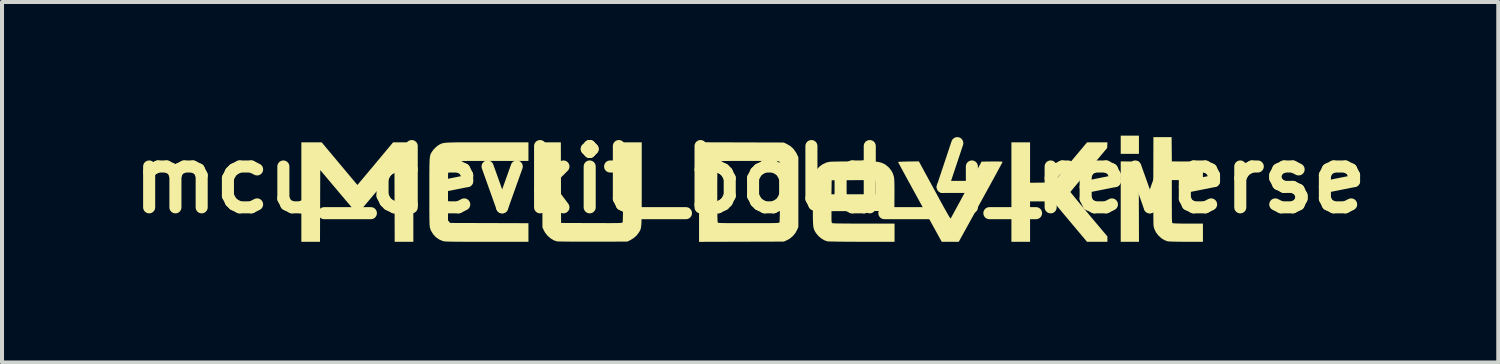
<source format=kicad_pcb>
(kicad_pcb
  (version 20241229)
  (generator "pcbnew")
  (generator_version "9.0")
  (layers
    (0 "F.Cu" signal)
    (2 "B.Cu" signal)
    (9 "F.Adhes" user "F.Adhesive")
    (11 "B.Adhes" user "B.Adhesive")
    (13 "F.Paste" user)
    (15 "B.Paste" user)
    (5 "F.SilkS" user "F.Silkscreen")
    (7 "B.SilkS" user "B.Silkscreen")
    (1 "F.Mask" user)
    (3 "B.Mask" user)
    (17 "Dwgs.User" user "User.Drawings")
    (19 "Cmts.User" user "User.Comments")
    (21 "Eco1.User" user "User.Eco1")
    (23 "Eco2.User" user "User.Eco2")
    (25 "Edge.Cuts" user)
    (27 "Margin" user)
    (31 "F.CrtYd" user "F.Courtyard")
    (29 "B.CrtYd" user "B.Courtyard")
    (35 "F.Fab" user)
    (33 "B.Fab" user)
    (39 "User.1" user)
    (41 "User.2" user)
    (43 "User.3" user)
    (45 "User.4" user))
  (footprint "mcu_devkit_bold_4_reverse"
    (layer "F.Cu")
    (at 15.61 1.418)
    (property "Reference" "mcu_devkit_bold_4_reverse" (at 0 0 0) (layer "F.SilkS") (effects (font (size 1.524 1.524) (thickness 0.3))))
    (attr board_only exclude_from_pos_files exclude_from_bom)
    (fp_poly (pts (xy 9.671 -0.641) (xy 9.218 -0.641) (xy 9.218 -1.094) (xy 9.671 -1.094)) (stroke (width 0) (type solid)) (fill yes) (layer "F.SilkS"))
    (fp_poly (pts (xy 9.442 -0.451) (xy 9.666 -0.448) (xy 9.672 1.547) (xy 9.218 1.547) (xy 9.218 -0.454)) (stroke (width 0) (type solid)) (fill yes) (layer "F.SilkS"))
    (fp_poly (pts (xy 6.963 0.078) (xy 7.253 0.075) (xy 7.543 0.072) (xy 7.962 -0.428) (xy 8.381 -0.928) (xy 8.888 -0.928) (xy 8.884 -0.858) (xy 8.881 -0.787) (xy 8.425 -0.245) (xy 8.346 -0.15) (xy 8.271 -0.061) (xy 8.202 0.022) (xy 8.139 0.098) (xy 8.084 0.164) (xy 8.038 0.219) (xy 8.003 0.262) (xy 7.979 0.291) (xy 7.967 0.306) (xy 7.967 0.307) (xy 7.973 0.317) (xy 7.993 0.342) (xy 8.024 0.381) (xy 8.066 0.433) (xy 8.118 0.496) (xy 8.178 0.569) (xy 8.245 0.65) (xy 8.319 0.738) (xy 8.397 0.831) (xy 8.425 0.865) (xy 8.887 1.414) (xy 8.887 1.547) (xy 8.38 1.547) (xy 7.958 1.045) (xy 7.537 0.542) (xy 6.963 0.542) (xy 6.963 1.547) (xy 6.499 1.547) (xy 6.499 -0.928) (xy 6.963 -0.928)) (stroke (width 0) (type solid)) (fill yes) (layer "F.SilkS"))
    (fp_poly (pts (xy -10.215 -0.398) (xy -9.77 0.133) (xy -9.701 0.052) (xy -9.681 0.028) (xy -9.648 -0.011) (xy -9.604 -0.063) (xy -9.551 -0.127) (xy -9.49 -0.199) (xy -9.423 -0.279) (xy -9.352 -0.364) (xy -9.279 -0.452) (xy -9.257 -0.478) (xy -8.881 -0.928) (xy -8.378 -0.928) (xy -8.378 1.547) (xy -8.842 1.547) (xy -8.848 -0.238) (xy -9.305 0.307) (xy -9.384 0.401) (xy -9.459 0.49) (xy -9.529 0.573) (xy -9.592 0.647) (xy -9.648 0.713) (xy -9.694 0.767) (xy -9.731 0.809) (xy -9.756 0.837) (xy -9.768 0.85) (xy -9.769 0.851) (xy -9.777 0.843) (xy -9.799 0.819) (xy -9.832 0.781) (xy -9.875 0.731) (xy -9.928 0.669) (xy -9.989 0.597) (xy -10.058 0.517) (xy -10.131 0.43) (xy -10.21 0.337) (xy -10.235 0.307) (xy -10.694 -0.237) (xy -10.697 0.655) (xy -10.7 1.547) (xy -11.164 1.547) (xy -11.164 -0.928) (xy -10.659 -0.928)) (stroke (width 0) (type solid)) (fill yes) (layer "F.SilkS"))
    (fp_poly (pts (xy 10.487 -0.755) (xy 10.49 -0.453) (xy 10.874 -0.451) (xy 11.258 -0.448) (xy 11.261 -0.218) (xy 11.264 0.011) (xy 10.489 0.011) (xy 10.489 0.541) (xy 10.489 0.663) (xy 10.49 0.765) (xy 10.49 0.848) (xy 10.49 0.915) (xy 10.491 0.968) (xy 10.493 1.007) (xy 10.494 1.036) (xy 10.497 1.056) (xy 10.5 1.069) (xy 10.503 1.077) (xy 10.508 1.081) (xy 10.511 1.083) (xy 10.528 1.086) (xy 10.567 1.089) (xy 10.625 1.091) (xy 10.702 1.093) (xy 10.797 1.094) (xy 10.898 1.094) (xy 11.263 1.094) (xy 11.263 1.547) (xy 10.846 1.546) (xy 10.75 1.546) (xy 10.66 1.545) (xy 10.578 1.544) (xy 10.507 1.542) (xy 10.45 1.54) (xy 10.409 1.538) (xy 10.388 1.536) (xy 10.387 1.535) (xy 10.304 1.505) (xy 10.226 1.456) (xy 10.157 1.392) (xy 10.099 1.317) (xy 10.057 1.235) (xy 10.036 1.161) (xy 10.034 1.138) (xy 10.032 1.093) (xy 10.031 1.028) (xy 10.03 0.942) (xy 10.029 0.835) (xy 10.028 0.709) (xy 10.028 0.564) (xy 10.027 0.4) (xy 10.027 0.218) (xy 10.028 0.022) (xy 10.031 -1.056) (xy 10.484 -1.056)) (stroke (width 0) (type solid)) (fill yes) (layer "F.SilkS"))
    (fp_poly (pts (xy 4.588 0.265) (xy 4.664 0.404) (xy 4.729 0.525) (xy 4.786 0.628) (xy 4.834 0.715) (xy 4.875 0.787) (xy 4.908 0.845) (xy 4.934 0.891) (xy 4.955 0.924) (xy 4.97 0.947) (xy 4.98 0.96) (xy 4.987 0.966) (xy 4.99 0.964) (xy 4.997 0.952) (xy 5.013 0.921) (xy 5.039 0.874) (xy 5.072 0.813) (xy 5.113 0.738) (xy 5.159 0.653) (xy 5.212 0.557) (xy 5.268 0.453) (xy 5.328 0.342) (xy 5.379 0.249) (xy 5.757 -0.448) (xy 6.018 -0.451) (xy 6.105 -0.451) (xy 6.172 -0.451) (xy 6.22 -0.45) (xy 6.253 -0.448) (xy 6.272 -0.445) (xy 6.278 -0.441) (xy 6.278 -0.44) (xy 6.273 -0.429) (xy 6.258 -0.399) (xy 6.233 -0.353) (xy 6.2 -0.292) (xy 6.159 -0.216) (xy 6.111 -0.128) (xy 6.057 -0.028) (xy 5.996 0.083) (xy 5.931 0.202) (xy 5.861 0.328) (xy 5.788 0.461) (xy 5.734 0.56) (xy 5.189 1.547) (xy 4.978 1.547) (xy 4.766 1.547) (xy 4.222 0.559) (xy 4.147 0.422) (xy 4.075 0.291) (xy 4.007 0.166) (xy 3.943 0.05) (xy 3.884 -0.058) (xy 3.832 -0.154) (xy 3.786 -0.239) (xy 3.747 -0.311) (xy 3.717 -0.368) (xy 3.695 -0.409) (xy 3.682 -0.433) (xy 3.68 -0.439) (xy 3.69 -0.441) (xy 3.72 -0.444) (xy 3.766 -0.446) (xy 3.825 -0.448) (xy 3.893 -0.45) (xy 3.939 -0.451) (xy 4.197 -0.454)) (stroke (width 0) (type solid)) (fill yes) (layer "F.SilkS"))
    (fp_poly (pts (xy -4.706 0.075) (xy -4.703 1.078) (xy -3.946 1.081) (xy -3.798 1.081) (xy -3.67 1.081) (xy -3.561 1.082) (xy -3.47 1.082) (xy -3.395 1.081) (xy -3.333 1.081) (xy -3.285 1.08) (xy -3.248 1.078) (xy -3.22 1.077) (xy -3.201 1.075) (xy -3.188 1.072) (xy -3.18 1.069) (xy -3.176 1.066) (xy -3.175 1.065) (xy -3.173 1.057) (xy -3.17 1.04) (xy -3.168 1.012) (xy -3.167 0.973) (xy -3.165 0.921) (xy -3.164 0.855) (xy -3.163 0.775) (xy -3.162 0.678) (xy -3.162 0.564) (xy -3.162 0.431) (xy -3.161 0.279) (xy -3.161 0.106) (xy -3.161 0.059) (xy -3.161 -0.928) (xy -2.697 -0.928) (xy -2.697 0.097) (xy -2.697 0.277) (xy -2.697 0.436) (xy -2.697 0.576) (xy -2.698 0.699) (xy -2.698 0.804) (xy -2.699 0.895) (xy -2.701 0.972) (xy -2.703 1.036) (xy -2.705 1.09) (xy -2.708 1.135) (xy -2.713 1.171) (xy -2.717 1.2) (xy -2.723 1.225) (xy -2.73 1.246) (xy -2.738 1.264) (xy -2.747 1.281) (xy -2.757 1.299) (xy -2.767 1.314) (xy -2.823 1.388) (xy -2.896 1.453) (xy -2.982 1.506) (xy -2.983 1.506) (xy -3.056 1.542) (xy -3.913 1.544) (xy -4.06 1.544) (xy -4.199 1.544) (xy -4.327 1.543) (xy -4.444 1.543) (xy -4.547 1.542) (xy -4.636 1.541) (xy -4.709 1.54) (xy -4.763 1.538) (xy -4.799 1.537) (xy -4.812 1.535) (xy -4.892 1.506) (xy -4.97 1.458) (xy -5.04 1.395) (xy -5.099 1.322) (xy -5.132 1.263) (xy -5.167 1.188) (xy -5.17 0.13) (xy -5.173 -0.928) (xy -4.709 -0.928)) (stroke (width 0) (type solid)) (fill yes) (layer "F.SilkS"))
    (fp_poly (pts (xy 2.683 -0.452) (xy 2.786 -0.452) (xy 2.882 -0.451) (xy 2.97 -0.45) (xy 3.046 -0.448) (xy 3.109 -0.446) (xy 3.155 -0.444) (xy 3.178 -0.442) (xy 3.275 -0.418) (xy 3.362 -0.375) (xy 3.439 -0.312) (xy 3.455 -0.296) (xy 3.511 -0.225) (xy 3.55 -0.154) (xy 3.575 -0.074) (xy 3.581 -0.039) (xy 3.584 -0.004) (xy 3.587 0.05) (xy 3.589 0.121) (xy 3.59 0.207) (xy 3.59 0.306) (xy 3.59 0.409) (xy 3.587 0.779) (xy 2.023 0.785) (xy 2.023 0.928) (xy 2.023 0.987) (xy 2.024 1.028) (xy 2.027 1.055) (xy 2.031 1.07) (xy 2.038 1.079) (xy 2.044 1.083) (xy 2.06 1.085) (xy 2.098 1.088) (xy 2.158 1.09) (xy 2.24 1.091) (xy 2.343 1.092) (xy 2.468 1.093) (xy 2.614 1.094) (xy 2.782 1.094) (xy 2.829 1.094) (xy 3.592 1.094) (xy 3.592 1.547) (xy 2.777 1.546) (xy 2.644 1.546) (xy 2.516 1.545) (xy 2.396 1.545) (xy 2.285 1.544) (xy 2.186 1.543) (xy 2.099 1.541) (xy 2.027 1.54) (xy 1.972 1.538) (xy 1.936 1.537) (xy 1.92 1.535) (xy 1.844 1.508) (xy 1.769 1.463) (xy 1.7 1.405) (xy 1.644 1.338) (xy 1.628 1.314) (xy 1.613 1.289) (xy 1.601 1.266) (xy 1.591 1.242) (xy 1.582 1.216) (xy 1.575 1.186) (xy 1.57 1.15) (xy 1.566 1.105) (xy 1.563 1.051) (xy 1.561 0.984) (xy 1.56 0.904) (xy 1.56 0.808) (xy 1.56 0.694) (xy 1.561 0.561) (xy 1.561 0.517) (xy 1.562 0.365) (xy 2.022 0.365) (xy 3.128 0.365) (xy 3.128 0.2) (xy 3.128 0.132) (xy 3.126 0.083) (xy 3.123 0.05) (xy 3.118 0.031) (xy 3.113 0.023) (xy 3.102 0.02) (xy 3.076 0.018) (xy 3.035 0.016) (xy 2.977 0.014) (xy 2.901 0.013) (xy 2.806 0.013) (xy 2.691 0.013) (xy 2.563 0.014) (xy 2.028 0.017) (xy 2.025 0.191) (xy 2.022 0.365) (xy 1.562 0.365) (xy 1.564 -0.083) (xy 1.6 -0.158) (xy 1.653 -0.246) (xy 1.721 -0.321) (xy 1.801 -0.381) (xy 1.891 -0.423) (xy 1.967 -0.442) (xy 1.996 -0.444) (xy 2.043 -0.447) (xy 2.107 -0.448) (xy 2.185 -0.45) (xy 2.274 -0.451) (xy 2.371 -0.452) (xy 2.473 -0.453) (xy 2.579 -0.453)) (stroke (width 0) (type solid)) (fill yes) (layer "F.SilkS"))
    (fp_poly (pts (xy -5.515 -0.464) (xy -6.466 -0.464) (xy -6.638 -0.464) (xy -6.79 -0.464) (xy -6.922 -0.464) (xy -7.036 -0.464) (xy -7.133 -0.463) (xy -7.215 -0.462) (xy -7.284 -0.46) (xy -7.339 -0.458) (xy -7.384 -0.456) (xy -7.419 -0.453) (xy -7.446 -0.449) (xy -7.465 -0.444) (xy -7.479 -0.439) (xy -7.489 -0.433) (xy -7.495 -0.425) (xy -7.501 -0.417) (xy -7.504 -0.411) (xy -7.507 -0.396) (xy -7.509 -0.362) (xy -7.511 -0.309) (xy -7.513 -0.236) (xy -7.514 -0.144) (xy -7.515 -0.03) (xy -7.516 0.105) (xy -7.516 0.261) (xy -7.516 0.314) (xy -7.516 1.016) (xy -7.489 1.047) (xy -7.463 1.078) (xy -6.489 1.081) (xy -5.515 1.084) (xy -5.515 1.547) (xy -6.552 1.547) (xy -6.727 1.547) (xy -6.882 1.547) (xy -7.018 1.546) (xy -7.135 1.546) (xy -7.237 1.545) (xy -7.323 1.545) (xy -7.395 1.544) (xy -7.455 1.543) (xy -7.503 1.542) (xy -7.543 1.54) (xy -7.574 1.539) (xy -7.598 1.536) (xy -7.617 1.534) (xy -7.632 1.531) (xy -7.644 1.528) (xy -7.649 1.527) (xy -7.74 1.487) (xy -7.82 1.43) (xy -7.886 1.358) (xy -7.936 1.276) (xy -7.958 1.22) (xy -7.962 1.206) (xy -7.966 1.191) (xy -7.969 1.174) (xy -7.971 1.154) (xy -7.974 1.128) (xy -7.975 1.096) (xy -7.977 1.055) (xy -7.978 1.004) (xy -7.979 0.942) (xy -7.979 0.866) (xy -7.98 0.775) (xy -7.98 0.668) (xy -7.98 0.543) (xy -7.98 0.398) (xy -7.98 0.31) (xy -7.98 0.148) (xy -7.98 0.007) (xy -7.98 -0.116) (xy -7.979 -0.221) (xy -7.979 -0.31) (xy -7.977 -0.385) (xy -7.975 -0.447) (xy -7.972 -0.499) (xy -7.969 -0.54) (xy -7.964 -0.574) (xy -7.959 -0.602) (xy -7.952 -0.624) (xy -7.944 -0.644) (xy -7.935 -0.662) (xy -7.924 -0.679) (xy -7.913 -0.698) (xy -7.873 -0.75) (xy -7.824 -0.801) (xy -7.771 -0.845) (xy -7.728 -0.872) (xy -7.71 -0.881) (xy -7.693 -0.89) (xy -7.675 -0.897) (xy -7.656 -0.903) (xy -7.633 -0.908) (xy -7.606 -0.913) (xy -7.573 -0.917) (xy -7.533 -0.92) (xy -7.484 -0.922) (xy -7.424 -0.924) (xy -7.353 -0.926) (xy -7.269 -0.927) (xy -7.17 -0.928) (xy -7.055 -0.928) (xy -6.923 -0.928) (xy -6.772 -0.928) (xy -6.601 -0.928) (xy -5.515 -0.928)) (stroke (width 0) (type solid)) (fill yes) (layer "F.SilkS"))
    (fp_poly (pts (xy -0.218 -0.926) (xy 0.835 -0.923) (xy 0.918 -0.883) (xy 1.007 -0.83) (xy 1.079 -0.763) (xy 1.138 -0.68) (xy 1.157 -0.645) (xy 1.199 -0.559) (xy 1.199 1.177) (xy 1.174 1.238) (xy 1.127 1.326) (xy 1.062 1.405) (xy 0.983 1.47) (xy 0.895 1.517) (xy 0.835 1.542) (xy -1.271 1.548) (xy -1.271 0.309) (xy -0.818 0.309) (xy -0.818 0.478) (xy -0.817 0.625) (xy -0.816 0.752) (xy -0.815 0.857) (xy -0.814 0.941) (xy -0.812 1.003) (xy -0.809 1.043) (xy -0.807 1.061) (xy -0.806 1.062) (xy -0.804 1.066) (xy -0.799 1.07) (xy -0.791 1.073) (xy -0.778 1.075) (xy -0.758 1.077) (xy -0.731 1.079) (xy -0.693 1.08) (xy -0.645 1.081) (xy -0.583 1.082) (xy -0.508 1.083) (xy -0.416 1.083) (xy -0.307 1.083) (xy -0.179 1.083) (xy -0.039 1.083) (xy 0.109 1.083) (xy 0.236 1.083) (xy 0.344 1.083) (xy 0.435 1.083) (xy 0.51 1.082) (xy 0.571 1.081) (xy 0.618 1.08) (xy 0.655 1.079) (xy 0.682 1.077) (xy 0.701 1.075) (xy 0.714 1.072) (xy 0.722 1.069) (xy 0.727 1.066) (xy 0.729 1.062) (xy 0.732 1.046) (xy 0.734 1.007) (xy 0.736 0.947) (xy 0.738 0.866) (xy 0.739 0.763) (xy 0.74 0.638) (xy 0.74 0.493) (xy 0.741 0.326) (xy 0.741 0.309) (xy 0.74 0.141) (xy 0.74 -0.007) (xy 0.739 -0.133) (xy 0.738 -0.238) (xy 0.736 -0.322) (xy 0.734 -0.384) (xy 0.732 -0.424) (xy 0.729 -0.442) (xy 0.729 -0.443) (xy 0.726 -0.447) (xy 0.722 -0.451) (xy 0.714 -0.454) (xy 0.701 -0.456) (xy 0.681 -0.458) (xy 0.653 -0.46) (xy 0.616 -0.461) (xy 0.567 -0.462) (xy 0.506 -0.463) (xy 0.43 -0.464) (xy 0.339 -0.464) (xy 0.229 -0.464) (xy 0.101 -0.464) (xy -0.039 -0.464) (xy -0.186 -0.464) (xy -0.313 -0.464) (xy -0.422 -0.464) (xy -0.512 -0.464) (xy -0.587 -0.463) (xy -0.648 -0.462) (xy -0.696 -0.461) (xy -0.733 -0.46) (xy -0.76 -0.458) (xy -0.779 -0.456) (xy -0.792 -0.454) (xy -0.799 -0.45) (xy -0.804 -0.447) (xy -0.806 -0.443) (xy -0.809 -0.427) (xy -0.811 -0.388) (xy -0.813 -0.328) (xy -0.815 -0.247) (xy -0.816 -0.144) (xy -0.817 -0.019) (xy -0.818 0.126) (xy -0.818 0.293) (xy -0.818 0.309) (xy -1.271 0.309) (xy -1.271 -0.929)) (stroke (width 0) (type solid)) (fill yes) (layer "F.SilkS")))
  (gr_rect
    (start -3 -3)
    (end 34.22 5.966)
    (stroke (width 0.1) (type default))
    (fill no)
    (layer "Edge.Cuts")))
</source>
